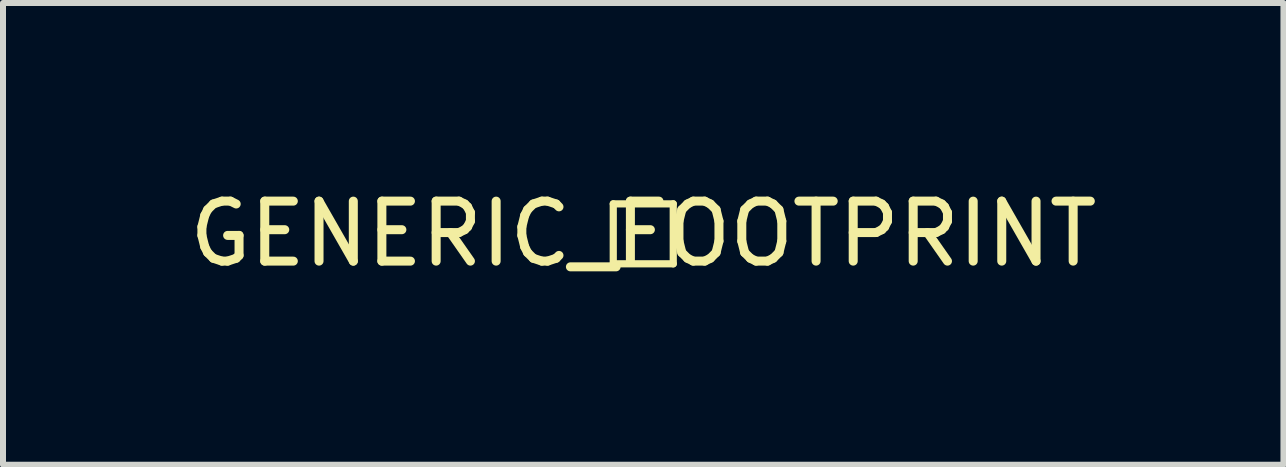
<source format=kicad_pcb>
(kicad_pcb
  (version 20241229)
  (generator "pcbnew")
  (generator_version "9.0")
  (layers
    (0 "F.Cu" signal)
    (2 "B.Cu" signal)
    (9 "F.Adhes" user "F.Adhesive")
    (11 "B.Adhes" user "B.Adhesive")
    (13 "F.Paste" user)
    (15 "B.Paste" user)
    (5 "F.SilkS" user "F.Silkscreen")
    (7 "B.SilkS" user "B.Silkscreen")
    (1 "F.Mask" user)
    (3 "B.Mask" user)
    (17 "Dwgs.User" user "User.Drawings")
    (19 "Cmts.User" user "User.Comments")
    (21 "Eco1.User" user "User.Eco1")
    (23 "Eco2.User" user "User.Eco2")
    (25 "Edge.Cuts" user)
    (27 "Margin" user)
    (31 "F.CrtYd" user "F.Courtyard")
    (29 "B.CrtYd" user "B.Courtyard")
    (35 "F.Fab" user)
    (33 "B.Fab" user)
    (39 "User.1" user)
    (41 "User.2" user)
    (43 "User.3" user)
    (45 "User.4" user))
  (footprint "GENERIC_FOOTPRINT"
    (layer "F.Cu")
    (at 7.673 0.848)
    (property "Reference" "GENERIC_FOOTPRINT" (at 0 0 0) (layer "F.SilkS") (effects (font (size 1 1) (thickness 0.15))))
    (attr smd)
    (fp_line (start -0.5 -0.5) (end 0.5 -0.5) (stroke (width 0.12) (type solid)) (layer "F.SilkS"))
    (fp_line (start -0.5 0.5) (end -0.5 -0.5) (stroke (width 0.12) (type solid)) (layer "F.SilkS"))
    (fp_line (start 0.5 -0.5) (end 0.5 0.5) (stroke (width 0.12) (type solid)) (layer "F.SilkS"))
    (fp_line (start 0.5 0.5) (end -0.5 0.5) (stroke (width 0.12) (type solid)) (layer "F.SilkS")))
  (gr_rect
    (start -3 -3)
    (end 18.345 4.697)
    (stroke (width 0.1) (type default))
    (fill no)
    (layer "Edge.Cuts")))
</source>
